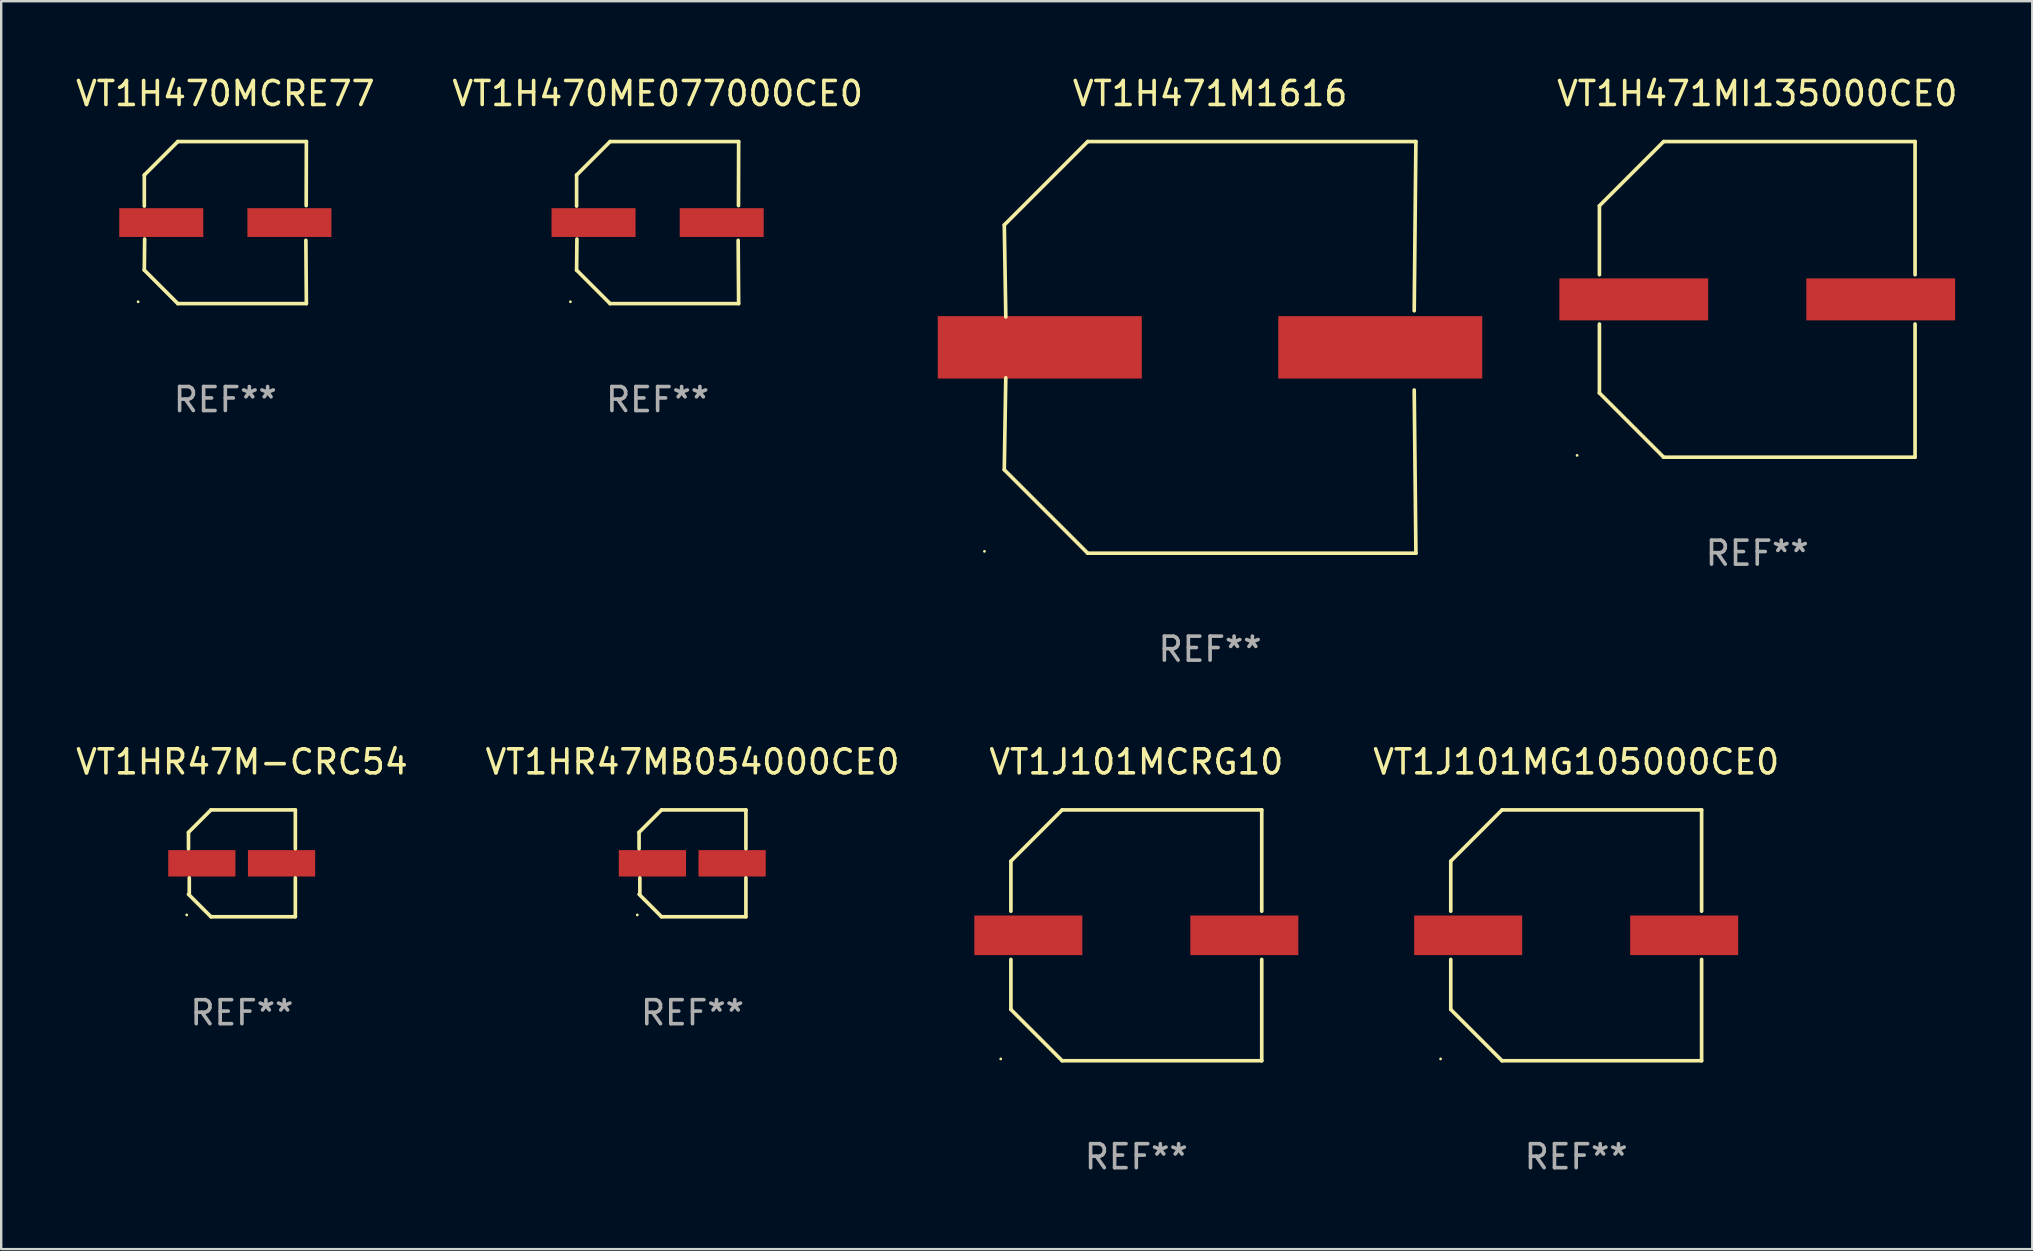
<source format=kicad_pcb>
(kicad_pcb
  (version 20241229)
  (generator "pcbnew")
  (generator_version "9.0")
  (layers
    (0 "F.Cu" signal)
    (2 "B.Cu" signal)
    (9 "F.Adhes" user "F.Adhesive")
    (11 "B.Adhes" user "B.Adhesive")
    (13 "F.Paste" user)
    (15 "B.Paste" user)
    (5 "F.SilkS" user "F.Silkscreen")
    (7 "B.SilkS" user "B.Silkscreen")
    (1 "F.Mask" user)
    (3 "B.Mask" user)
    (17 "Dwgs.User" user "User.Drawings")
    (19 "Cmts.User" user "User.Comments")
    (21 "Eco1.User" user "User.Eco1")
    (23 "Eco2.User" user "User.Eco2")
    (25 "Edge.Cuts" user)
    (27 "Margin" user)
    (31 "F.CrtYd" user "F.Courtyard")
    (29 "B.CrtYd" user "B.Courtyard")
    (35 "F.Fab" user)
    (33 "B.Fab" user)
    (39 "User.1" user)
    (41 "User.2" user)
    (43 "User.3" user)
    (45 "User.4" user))
  (footprint "VT1HR47M-CRC54"
    (layer "F.Cu")
    (at 7.03 32.922)
    (property "Reference" "VT1HR47M-CRC54" (at 0 -4.226 0) (layer "F.SilkS") (effects (font (size 1 1) (thickness 0.15))))
    (attr through_hole)
    (fp_line (start -2.226 -1.29) (end -2.226 -0.607) (stroke (width 0.152) (type solid)) (layer "F.SilkS"))
    (fp_line (start -2.193 1.29) (end -2.193 0.607) (stroke (width 0.152) (type solid)) (layer "F.SilkS"))
    (fp_line (start -1.29 2.226) (end -2.226 1.29) (stroke (width 0.152) (type solid)) (layer "F.SilkS"))
    (fp_line (start -1.29 -2.226) (end -2.226 -1.29) (stroke (width 0.152) (type solid)) (layer "F.SilkS"))
    (fp_line (start 2.226 -2.226) (end -1.29 -2.226) (stroke (width 0.152) (type solid)) (layer "F.SilkS"))
    (fp_line (start 2.226 -0.607) (end 2.226 -2.226) (stroke (width 0.152) (type solid)) (layer "F.SilkS"))
    (fp_line (start 2.226 0.607) (end 2.226 2.226) (stroke (width 0.152) (type solid)) (layer "F.SilkS"))
    (fp_line (start 2.226 2.226) (end -1.29 2.226) (stroke (width 0.152) (type solid)) (layer "F.SilkS"))
    (fp_circle (center -2.3 2.15) (end -2.27 2.15) (stroke (width 0.06) (type solid)) (fill no) (layer "F.SilkS"))
    (fp_text user "REF**" (at 0 6.226 0) (layer "F.Fab") (effects (font (size 1 1) (thickness 0.15))))
    (pad "1" smd rect (at -1.67 -0.000025) (size 2.8 1.1) (layers "F.Cu" "F.Mask" "F.Paste"))
    (pad "2" smd rect (at 1.651 -0.000025) (size 2.8 1.1) (layers "F.Cu" "F.Mask" "F.Paste")))
  (footprint "VT1H470ME077000CE0"
    (layer "F.Cu")
    (at 24.351 6.224)
    (property "Reference" "VT1H470ME077000CE0" (at 0 -5.376 0) (layer "F.SilkS") (effects (font (size 1 1) (thickness 0.15))))
    (attr through_hole)
    (fp_line (start -3.376 -1.98) (end -3.376 -0.686) (stroke (width 0.152) (type solid)) (layer "F.SilkS"))
    (fp_line (start -3.376 1.981) (end -3.362 0.686) (stroke (width 0.152) (type solid)) (layer "F.SilkS"))
    (fp_line (start -1.981 3.376) (end -3.376 1.981) (stroke (width 0.152) (type solid)) (layer "F.SilkS"))
    (fp_line (start -1.98 -3.376) (end -3.376 -1.98) (stroke (width 0.152) (type solid)) (layer "F.SilkS"))
    (fp_line (start 3.356 0.74) (end 3.376 3.376) (stroke (width 0.152) (type solid)) (layer "F.SilkS"))
    (fp_line (start 3.369 -0.707) (end 3.376 -3.376) (stroke (width 0.152) (type solid)) (layer "F.SilkS"))
    (fp_line (start 3.376 3.376) (end -1.981 3.376) (stroke (width 0.152) (type solid)) (layer "F.SilkS"))
    (fp_line (start 3.376 -3.376) (end -1.98 -3.376) (stroke (width 0.152) (type solid)) (layer "F.SilkS"))
    (fp_circle (center -3.634 3.3) (end -3.604 3.3) (stroke (width 0.06) (type solid)) (fill no) (layer "F.SilkS"))
    (fp_text user "REF**" (at 0 7.376 0) (layer "F.Fab") (effects (font (size 1 1) (thickness 0.15))))
    (pad "1" smd rect (at -2.67 0.000254) (size 3.5 1.2) (layers "F.Cu" "F.Mask" "F.Paste"))
    (pad "2" smd rect (at 2.67 0.000254) (size 3.5 1.2) (layers "F.Cu" "F.Mask" "F.Paste")))
  (footprint "VT1H470MCRE77"
    (layer "F.Cu")
    (at 6.339 6.224)
    (property "Reference" "VT1H470MCRE77" (at 0 -5.376 0) (layer "F.SilkS") (effects (font (size 1 1) (thickness 0.15))))
    (attr through_hole)
    (fp_line (start -3.376 -1.98) (end -3.376 -0.686) (stroke (width 0.152) (type solid)) (layer "F.SilkS"))
    (fp_line (start -3.376 1.981) (end -3.362 0.686) (stroke (width 0.152) (type solid)) (layer "F.SilkS"))
    (fp_line (start -1.981 3.376) (end -3.376 1.981) (stroke (width 0.152) (type solid)) (layer "F.SilkS"))
    (fp_line (start -1.98 -3.376) (end -3.376 -1.98) (stroke (width 0.152) (type solid)) (layer "F.SilkS"))
    (fp_line (start 3.356 0.74) (end 3.376 3.376) (stroke (width 0.152) (type solid)) (layer "F.SilkS"))
    (fp_line (start 3.369 -0.707) (end 3.376 -3.376) (stroke (width 0.152) (type solid)) (layer "F.SilkS"))
    (fp_line (start 3.376 3.376) (end -1.981 3.376) (stroke (width 0.152) (type solid)) (layer "F.SilkS"))
    (fp_line (start 3.376 -3.376) (end -1.98 -3.376) (stroke (width 0.152) (type solid)) (layer "F.SilkS"))
    (fp_circle (center -3.634 3.3) (end -3.604 3.3) (stroke (width 0.06) (type solid)) (fill no) (layer "F.SilkS"))
    (fp_text user "REF**" (at 0 7.376 0) (layer "F.Fab") (effects (font (size 1 1) (thickness 0.15))))
    (pad "1" smd rect (at -2.67 0.000254) (size 3.5 1.2) (layers "F.Cu" "F.Mask" "F.Paste"))
    (pad "2" smd rect (at 2.67 0.000254) (size 3.5 1.2) (layers "F.Cu" "F.Mask" "F.Paste")))
  (footprint "VT1H471MI135000CE0"
    (layer "F.Cu")
    (at 70.169 9.424)
    (property "Reference" "VT1H471MI135000CE0" (at 0 -8.576 0) (layer "F.SilkS") (effects (font (size 1 1) (thickness 0.15))))
    (attr through_hole)
    (fp_line (start -6.576 -3.9) (end -6.576 -1.027) (stroke (width 0.152) (type solid)) (layer "F.SilkS"))
    (fp_line (start -6.576 3.9) (end -6.576 1.027) (stroke (width 0.152) (type solid)) (layer "F.SilkS"))
    (fp_line (start -3.9 -6.576) (end -6.576 -3.9) (stroke (width 0.152) (type solid)) (layer "F.SilkS"))
    (fp_line (start -3.9 6.576) (end -6.576 3.9) (stroke (width 0.152) (type solid)) (layer "F.SilkS"))
    (fp_line (start 6.576 -6.576) (end -3.9 -6.576) (stroke (width 0.152) (type solid)) (layer "F.SilkS"))
    (fp_line (start 6.576 -1.027) (end 6.576 -6.576) (stroke (width 0.152) (type solid)) (layer "F.SilkS"))
    (fp_line (start 6.576 1.027) (end 6.576 6.576) (stroke (width 0.152) (type solid)) (layer "F.SilkS"))
    (fp_line (start 6.576 6.576) (end -3.9 6.576) (stroke (width 0.152) (type solid)) (layer "F.SilkS"))
    (fp_circle (center -7.506 6.5) (end -7.476 6.5) (stroke (width 0.06) (type solid)) (fill no) (layer "F.SilkS"))
    (fp_text user "REF**" (at 0 10.576 0) (layer "F.Fab") (effects (font (size 1 1) (thickness 0.15))))
    (pad "1" smd rect (at -5.145 0) (size 6.2 1.75) (layers "F.Cu" "F.Mask" "F.Paste"))
    (pad "2" smd rect (at 5.145 0) (size 6.2 1.75) (layers "F.Cu" "F.Mask" "F.Paste")))
  (footprint "VT1HR47MB054000CE0"
    (layer "F.Cu")
    (at 25.804 32.922)
    (property "Reference" "VT1HR47MB054000CE0" (at 0 -4.226 0) (layer "F.SilkS") (effects (font (size 1 1) (thickness 0.15))))
    (attr through_hole)
    (fp_line (start -2.226 -1.29) (end -2.226 -0.607) (stroke (width 0.152) (type solid)) (layer "F.SilkS"))
    (fp_line (start -2.193 1.29) (end -2.193 0.607) (stroke (width 0.152) (type solid)) (layer "F.SilkS"))
    (fp_line (start -1.29 2.226) (end -2.226 1.29) (stroke (width 0.152) (type solid)) (layer "F.SilkS"))
    (fp_line (start -1.29 -2.226) (end -2.226 -1.29) (stroke (width 0.152) (type solid)) (layer "F.SilkS"))
    (fp_line (start 2.226 -2.226) (end -1.29 -2.226) (stroke (width 0.152) (type solid)) (layer "F.SilkS"))
    (fp_line (start 2.226 -0.607) (end 2.226 -2.226) (stroke (width 0.152) (type solid)) (layer "F.SilkS"))
    (fp_line (start 2.226 0.607) (end 2.226 2.226) (stroke (width 0.152) (type solid)) (layer "F.SilkS"))
    (fp_line (start 2.226 2.226) (end -1.29 2.226) (stroke (width 0.152) (type solid)) (layer "F.SilkS"))
    (fp_circle (center -2.3 2.15) (end -2.27 2.15) (stroke (width 0.06) (type solid)) (fill no) (layer "F.SilkS"))
    (fp_text user "REF**" (at 0 6.226 0) (layer "F.Fab") (effects (font (size 1 1) (thickness 0.15))))
    (pad "1" smd rect (at -1.67 -0.000025) (size 2.8 1.1) (layers "F.Cu" "F.Mask" "F.Paste"))
    (pad "2" smd rect (at 1.651 -0.000025) (size 2.8 1.1) (layers "F.Cu" "F.Mask" "F.Paste")))
  (footprint "VT1J101MCRG10"
    (layer "F.Cu")
    (at 44.297 35.922)
    (property "Reference" "VT1J101MCRG10" (at 0 -7.226 0) (layer "F.SilkS") (effects (font (size 1 1) (thickness 0.15))))
    (attr through_hole)
    (fp_line (start -5.226 -3.09) (end -5.226 -1.005) (stroke (width 0.152) (type solid)) (layer "F.SilkS"))
    (fp_line (start -5.226 1.005) (end -5.226 3.09) (stroke (width 0.152) (type solid)) (layer "F.SilkS"))
    (fp_line (start -3.09 -5.226) (end -5.226 -3.09) (stroke (width 0.152) (type solid)) (layer "F.SilkS"))
    (fp_line (start -3.09 5.226) (end -5.226 3.09) (stroke (width 0.152) (type solid)) (layer "F.SilkS"))
    (fp_line (start 5.226 -5.226) (end -3.09 -5.226) (stroke (width 0.152) (type solid)) (layer "F.SilkS"))
    (fp_line (start 5.226 -1.005) (end 5.226 -5.226) (stroke (width 0.152) (type solid)) (layer "F.SilkS"))
    (fp_line (start 5.226 5.226) (end -3.09 5.226) (stroke (width 0.152) (type solid)) (layer "F.SilkS"))
    (fp_line (start 5.226 5.226) (end 5.226 1.005) (stroke (width 0.152) (type solid)) (layer "F.SilkS"))
    (fp_circle (center -5.65 5.15) (end -5.62 5.15) (stroke (width 0.06) (type solid)) (fill no) (layer "F.SilkS"))
    (fp_text user "REF**" (at 0 9.226 0) (layer "F.Fab") (effects (font (size 1 1) (thickness 0.15))))
    (pad "1" smd rect (at -4.5 0) (size 4.5 1.65) (layers "F.Cu" "F.Mask" "F.Paste"))
    (pad "2" smd rect (at 4.5 0) (size 4.5 1.65) (layers "F.Cu" "F.Mask" "F.Paste")))
  (footprint "VT1H471M1616"
    (layer "F.Cu")
    (at 47.371 11.424)
    (property "Reference" "VT1H471M1616" (at 0 -10.576 0) (layer "F.SilkS") (effects (font (size 1 1) (thickness 0.15))))
    (attr through_hole)
    (fp_line (start -8.576 5.099) (end -8.513 1.269) (stroke (width 0.152) (type solid)) (layer "F.SilkS"))
    (fp_line (start -8.575 -5.101) (end -8.512 -1.271) (stroke (width 0.152) (type solid)) (layer "F.SilkS"))
    (fp_line (start -5.1 -8.576) (end -8.575 -5.101) (stroke (width 0.152) (type solid)) (layer "F.SilkS"))
    (fp_line (start -5.1 8.576) (end -8.576 5.099) (stroke (width 0.152) (type solid)) (layer "F.SilkS"))
    (fp_line (start 8.505 -1.525) (end 8.575 -8.576) (stroke (width 0.152) (type solid)) (layer "F.SilkS"))
    (fp_line (start 8.505 1.777) (end 8.576 8.576) (stroke (width 0.152) (type solid)) (layer "F.SilkS"))
    (fp_line (start 8.575 -8.576) (end -5.1 -8.576) (stroke (width 0.152) (type solid)) (layer "F.SilkS"))
    (fp_line (start 8.576 8.576) (end -5.1 8.576) (stroke (width 0.152) (type solid)) (layer "F.SilkS"))
    (fp_circle (center -9.402 8.499) (end -9.372 8.499) (stroke (width 0.06) (type solid)) (fill no) (layer "F.SilkS"))
    (fp_text user "REF**" (at 0 12.576 0) (layer "F.Fab") (effects (font (size 1 1) (thickness 0.15))))
    (pad "1" smd rect (at -7.097 -0.001) (size 8.5 2.6) (layers "F.Cu" "F.Mask" "F.Paste"))
    (pad "2" smd rect (at 7.09 -0.001) (size 8.5 2.6) (layers "F.Cu" "F.Mask" "F.Paste")))
  (footprint "VT1J101MG105000CE0"
    (layer "F.Cu")
    (at 62.625 35.922)
    (property "Reference" "VT1J101MG105000CE0" (at 0 -7.226 0) (layer "F.SilkS") (effects (font (size 1 1) (thickness 0.15))))
    (attr through_hole)
    (fp_line (start -5.226 -3.09) (end -5.226 -1.005) (stroke (width 0.152) (type solid)) (layer "F.SilkS"))
    (fp_line (start -5.226 1.005) (end -5.226 3.09) (stroke (width 0.152) (type solid)) (layer "F.SilkS"))
    (fp_line (start -3.09 -5.226) (end -5.226 -3.09) (stroke (width 0.152) (type solid)) (layer "F.SilkS"))
    (fp_line (start -3.09 5.226) (end -5.226 3.09) (stroke (width 0.152) (type solid)) (layer "F.SilkS"))
    (fp_line (start 5.226 -5.226) (end -3.09 -5.226) (stroke (width 0.152) (type solid)) (layer "F.SilkS"))
    (fp_line (start 5.226 -1.005) (end 5.226 -5.226) (stroke (width 0.152) (type solid)) (layer "F.SilkS"))
    (fp_line (start 5.226 5.226) (end -3.09 5.226) (stroke (width 0.152) (type solid)) (layer "F.SilkS"))
    (fp_line (start 5.226 5.226) (end 5.226 1.005) (stroke (width 0.152) (type solid)) (layer "F.SilkS"))
    (fp_circle (center -5.65 5.15) (end -5.62 5.15) (stroke (width 0.06) (type solid)) (fill no) (layer "F.SilkS"))
    (fp_text user "REF**" (at 0 9.226 0) (layer "F.Fab") (effects (font (size 1 1) (thickness 0.15))))
    (pad "1" smd rect (at -4.5 0) (size 4.5 1.65) (layers "F.Cu" "F.Mask" "F.Paste"))
    (pad "2" smd rect (at 4.5 0) (size 4.5 1.65) (layers "F.Cu" "F.Mask" "F.Paste")))
  (gr_rect
    (start -3 -3)
    (end 81.627 48.997)
    (stroke (width 0.1) (type default))
    (fill no)
    (layer "Edge.Cuts")))
</source>
